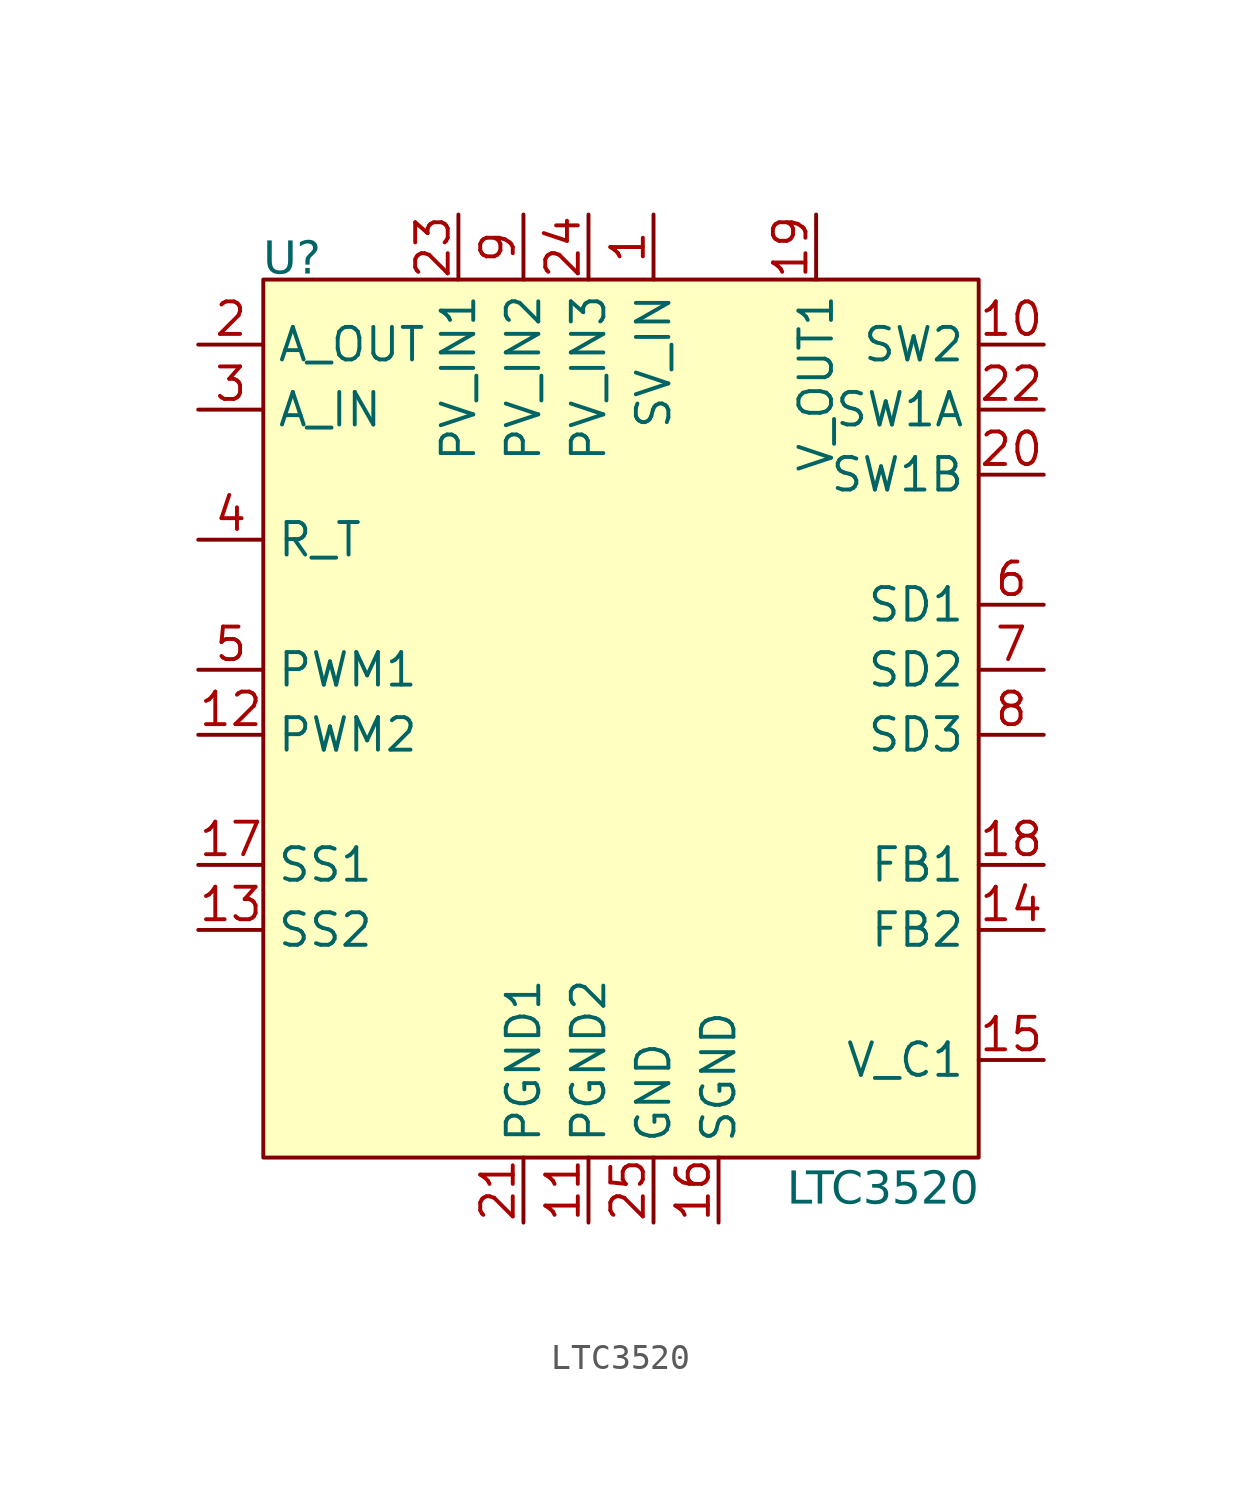
<source format=kicad_sym>
(kicad_symbol_lib
  (version 20231120)
  (generator "kicad_symbol_editor")
  (generator_version "8.0")
  (symbol "LTC3520"
    (property "Reference" "U"
      (at -13.97 18.542 0)
      (do_not_autoplace)
      (effects (font (face "Bahnschrift") (size 1.27 1.27)) (justify left)))
    (property "Value" "LTC3520"
      (at 13.97 -17.78 0)
      (do_not_autoplace)
      (effects (font (face "Bahnschrift") (size 1.27 1.27)) (justify right)))
    (symbol "LTC3520_0_1"
      (rectangle (start -13.97 17.78) (end 13.97 -16.51) (stroke (width 0) (type default)) (fill (type background))))
    (symbol "LTC3520_1_1"
      (pin power_in line (at 1.27 20.32 270) (length 2.54) (name "SV_IN" (effects (font (size 1.27 1.27)))) (number "1" (effects (font (size 1.27 1.27)))))
      (pin passive line (at 16.51 15.24 180) (length 2.54) (name "SW2" (effects (font (size 1.27 1.27)))) (number "10" (effects (font (size 1.27 1.27)))))
      (pin passive line (at -1.27 -19.05 90) (length 2.54) (name "PGND2" (effects (font (size 1.27 1.27)))) (number "11" (effects (font (size 1.27 1.27)))))
      (pin passive line (at -16.51 0 0) (length 2.54) (name "PWM2" (effects (font (size 1.27 1.27)))) (number "12" (effects (font (size 1.27 1.27)))))
      (pin passive line (at -16.51 -7.62 0) (length 2.54) (name "SS2" (effects (font (size 1.27 1.27)))) (number "13" (effects (font (size 1.27 1.27)))))
      (pin passive line (at 16.51 -7.62 180) (length 2.54) (name "FB2" (effects (font (size 1.27 1.27)))) (number "14" (effects (font (size 1.27 1.27)))))
      (pin passive line (at 16.51 -12.7 180) (length 2.54) (name "V_C1" (effects (font (size 1.27 1.27)))) (number "15" (effects (font (size 1.27 1.27)))))
      (pin passive line (at 3.81 -19.05 90) (length 2.54) (name "SGND" (effects (font (size 1.27 1.27)))) (number "16" (effects (font (size 1.27 1.27)))))
      (pin passive line (at -16.51 -5.08 0) (length 2.54) (name "SS1" (effects (font (size 1.27 1.27)))) (number "17" (effects (font (size 1.27 1.27)))))
      (pin passive line (at 16.51 -5.08 180) (length 2.54) (name "FB1" (effects (font (size 1.27 1.27)))) (number "18" (effects (font (size 1.27 1.27)))))
      (pin power_out line (at 7.62 20.32 270) (length 2.54) (name "V_OUT1" (effects (font (size 1.27 1.27)))) (number "19" (effects (font (size 1.27 1.27)))))
      (pin output line (at -16.51 15.24 0) (length 2.54) (name "A_OUT" (effects (font (size 1.27 1.27)))) (number "2" (effects (font (size 1.27 1.27)))))
      (pin passive line (at 16.51 10.16 180) (length 2.54) (name "SW1B" (effects (font (size 1.27 1.27)))) (number "20" (effects (font (size 1.27 1.27)))))
      (pin passive line (at -3.81 -19.05 90) (length 2.54) (name "PGND1" (effects (font (size 1.27 1.27)))) (number "21" (effects (font (size 1.27 1.27)))))
      (pin passive line (at 16.51 12.7 180) (length 2.54) (name "SW1A" (effects (font (size 1.27 1.27)))) (number "22" (effects (font (size 1.27 1.27)))))
      (pin power_in line (at -6.35 20.32 270) (length 2.54) (name "PV_IN1" (effects (font (size 1.27 1.27)))) (number "23" (effects (font (size 1.27 1.27)))))
      (pin power_in line (at -1.27 20.32 270) (length 2.54) (name "PV_IN3" (effects (font (size 1.27 1.27)))) (number "24" (effects (font (size 1.27 1.27)))))
      (pin passive line (at 1.27 -19.05 90) (length 2.54) (name "GND" (effects (font (size 1.27 1.27)))) (number "25" (effects (font (size 1.27 1.27)))))
      (pin input line (at -16.51 12.7 0) (length 2.54) (name "A_IN" (effects (font (size 1.27 1.27)))) (number "3" (effects (font (size 1.27 1.27)))))
      (pin passive line (at -16.51 7.62 0) (length 2.54) (name "R_T" (effects (font (size 1.27 1.27)))) (number "4" (effects (font (size 1.27 1.27)))))
      (pin passive line (at -16.51 2.54 0) (length 2.54) (name "PWM1" (effects (font (size 1.27 1.27)))) (number "5" (effects (font (size 1.27 1.27)))))
      (pin passive line (at 16.51 5.08 180) (length 2.54) (name "SD1" (effects (font (size 1.27 1.27)))) (number "6" (effects (font (size 1.27 1.27)))))
      (pin passive line (at 16.51 2.54 180) (length 2.54) (name "SD2" (effects (font (size 1.27 1.27)))) (number "7" (effects (font (size 1.27 1.27)))))
      (pin passive line (at 16.51 0 180) (length 2.54) (name "SD3" (effects (font (size 1.27 1.27)))) (number "8" (effects (font (size 1.27 1.27)))))
      (pin power_in line (at -3.81 20.32 270) (length 2.54) (name "PV_IN2" (effects (font (size 1.27 1.27)))) (number "9" (effects (font (size 1.27 1.27))))))))
</source>
